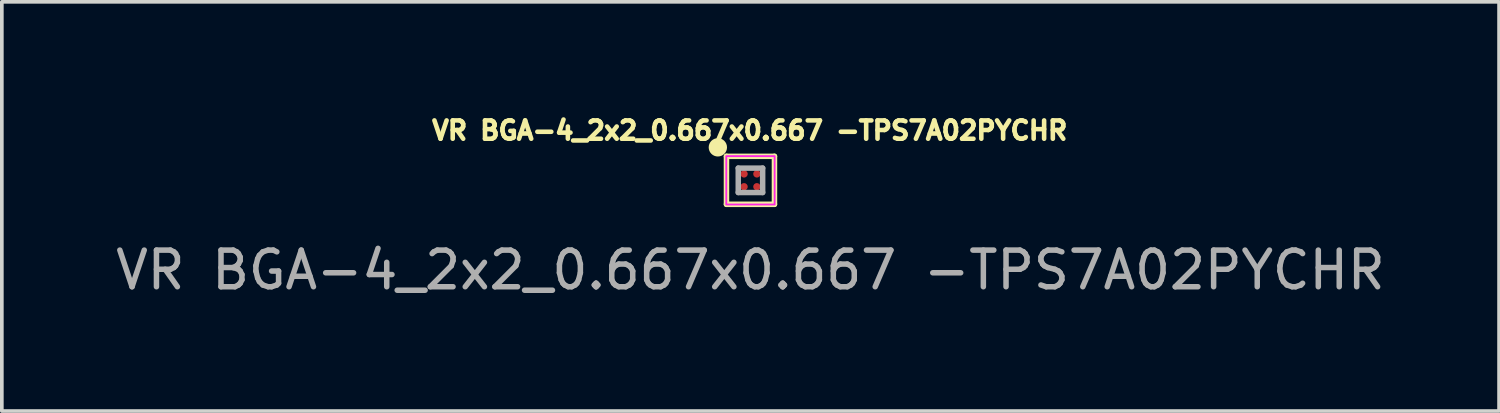
<source format=kicad_pcb>
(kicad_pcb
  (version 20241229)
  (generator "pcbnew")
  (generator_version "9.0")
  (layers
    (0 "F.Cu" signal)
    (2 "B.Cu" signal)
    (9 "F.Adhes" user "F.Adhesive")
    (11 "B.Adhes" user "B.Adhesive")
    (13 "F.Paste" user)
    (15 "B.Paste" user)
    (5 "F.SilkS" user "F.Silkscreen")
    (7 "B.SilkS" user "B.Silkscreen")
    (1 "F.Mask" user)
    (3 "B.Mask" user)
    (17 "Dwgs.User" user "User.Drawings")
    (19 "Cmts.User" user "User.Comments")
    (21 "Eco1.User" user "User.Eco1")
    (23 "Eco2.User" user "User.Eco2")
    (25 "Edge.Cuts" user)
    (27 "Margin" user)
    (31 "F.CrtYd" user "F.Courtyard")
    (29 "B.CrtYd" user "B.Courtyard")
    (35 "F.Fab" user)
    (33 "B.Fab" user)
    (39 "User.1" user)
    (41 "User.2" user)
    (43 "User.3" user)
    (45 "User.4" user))
  (footprint "VR BGA-4_2x2_0.667x0.667 -TPS7A02PYCHR"
    (layer "F.Cu")
    (at 17.435 1.872)
    (property "Reference" "VR BGA-4_2x2_0.667x0.667 -TPS7A02PYCHR" (at -0.02 -1.36 0) (unlocked yes) (layer "F.SilkS") (effects (font (size 0.5 0.5) (thickness 0.125))))
    (attr smd)
    (fp_line (start -0.655 -0.655) (end 0.655 -0.655) (stroke (width 0.15) (type solid)) (layer "F.SilkS"))
    (fp_line (start -0.655 0.655) (end -0.655 -0.655) (stroke (width 0.15) (type solid)) (layer "F.SilkS"))
    (fp_line (start -0.655 0.655) (end 0.655 0.655) (stroke (width 0.15) (type solid)) (layer "F.SilkS"))
    (fp_line (start 0.655 0.655) (end 0.655 -0.655) (stroke (width 0.15) (type solid)) (layer "F.SilkS"))
    (fp_circle (center -0.89 -0.9) (end -0.765 -0.9) (stroke (width 0.25) (type solid)) (fill no) (layer "F.SilkS"))
    (fp_poly (pts (xy -0.23 -0.07) (xy -0.28 -0.12) (xy -0.28 -0.23) (xy -0.23 -0.28) (xy -0.12 -0.28) (xy -0.07 -0.23) (xy -0.07 -0.12) (xy -0.12 -0.07)) (stroke (width 0) (type solid)) (fill yes) (layer "F.Paste"))
    (fp_poly (pts (xy -0.07 0.23) (xy -0.12 0.28) (xy -0.23 0.28) (xy -0.28 0.23) (xy -0.28 0.12) (xy -0.23 0.07) (xy -0.12 0.07) (xy -0.07 0.12)) (stroke (width 0) (type solid)) (fill yes) (layer "F.Paste"))
    (fp_poly (pts (xy 0.07 0.12) (xy 0.12 0.07) (xy 0.23 0.07) (xy 0.28 0.12) (xy 0.28 0.23) (xy 0.23 0.28) (xy 0.12 0.28) (xy 0.07 0.23)) (stroke (width 0) (type solid)) (fill yes) (layer "F.Paste"))
    (fp_poly (pts (xy 0.23 -0.07) (xy 0.12 -0.07) (xy 0.07 -0.12) (xy 0.07 -0.23) (xy 0.12 -0.28) (xy 0.23 -0.28) (xy 0.28 -0.23) (xy 0.28 -0.12)) (stroke (width 0) (type solid)) (fill yes) (layer "F.Paste"))
    (fp_rect (start -0.66 -0.66) (end 0.66 0.66) (stroke (width 0.05) (type default)) (fill no) (layer "F.CrtYd"))
    (fp_line (start -0.333 -0.333) (end 0.333 -0.333) (stroke (width 0.15) (type solid)) (layer "F.Fab"))
    (fp_line (start -0.333 0.333) (end -0.333 -0.333) (stroke (width 0.15) (type solid)) (layer "F.Fab"))
    (fp_line (start -0.333 0.333) (end 0.333 0.333) (stroke (width 0.15) (type solid)) (layer "F.Fab"))
    (fp_line (start 0.333 0.333) (end 0.333 -0.333) (stroke (width 0.15) (type solid)) (layer "F.Fab"))
    (fp_text user "${REFERENCE}" (at 0 2.45 0) (unlocked yes) (layer "F.Fab") (effects (font (size 1 1) (thickness 0.15))))
    (pad "1" smd circle (at -0.175 -0.175) (size 0.2 0.2) (layers "F.Cu" "F.Mask"))
    (pad "2" smd circle (at 0.175 -0.175) (size 0.2 0.2) (layers "F.Cu" "F.Mask"))
    (pad "3" smd circle (at -0.175 0.175) (size 0.2 0.2) (layers "F.Cu" "F.Mask"))
    (pad "4" smd circle (at 0.175 0.175) (size 0.2 0.2) (layers "F.Cu" "F.Mask")))
  (gr_rect
    (start -3 -3)
    (end 37.869 8.17)
    (stroke (width 0.1) (type default))
    (fill no)
    (layer "Edge.Cuts")))
</source>
